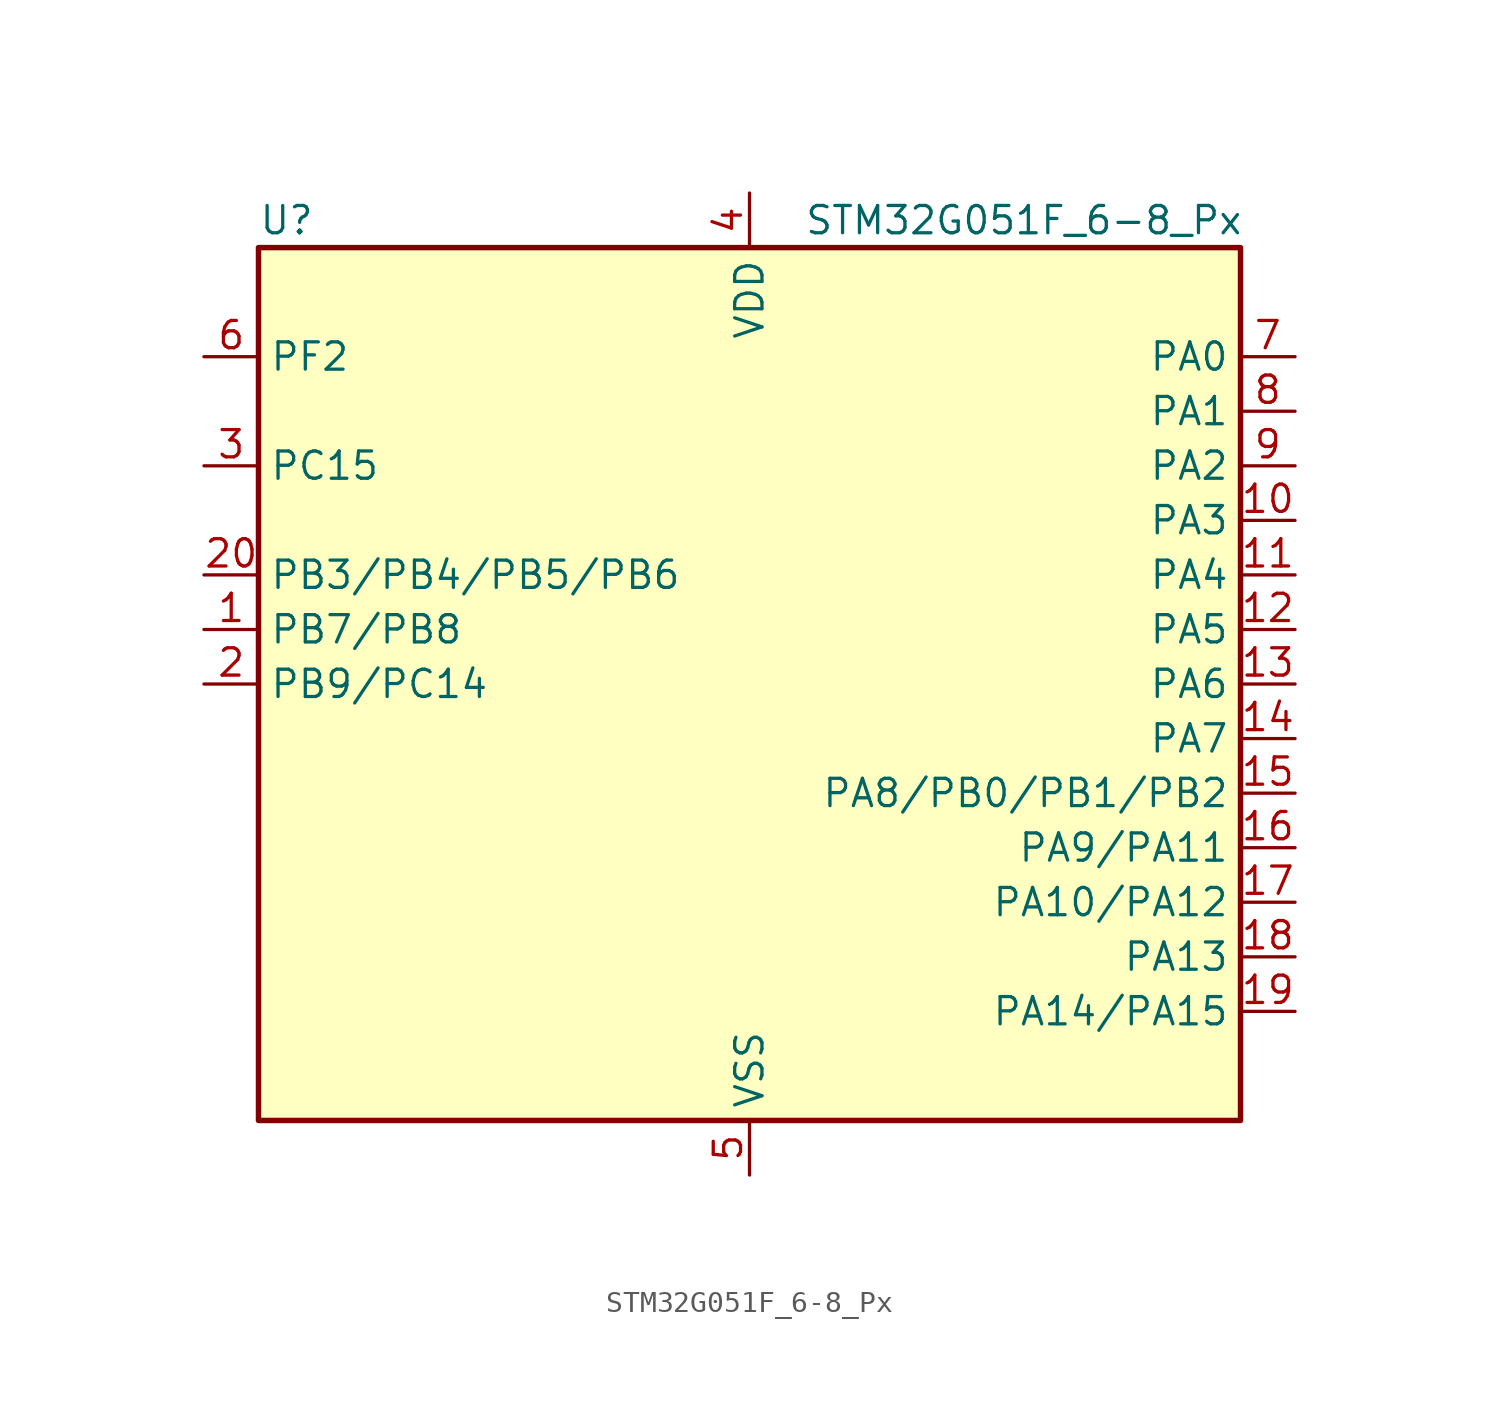
<source format=kicad_sym>
(kicad_symbol_lib
  (version 20241209)
  (generator "kicad_symbol_editor")
  (generator_version "9.0")
  (symbol "STM32G051F_6-8_Px"
    (property "Reference" "U"
      (at -22.86 21.59 0)
      (effects (font (size 1.27 1.27)) (justify left)))
    (property "Value" "STM32G051F_6-8_Px"
      (at 2.54 21.59 0)
      (effects (font (size 1.27 1.27)) (justify left)))
    (symbol "STM32G051F_6-8_Px_0_1"
      (rectangle (start -22.86 -20.32) (end 22.86 20.32) (stroke (width 0.254) (type default)) (fill (type background))))
    (symbol "STM32G051F_6-8_Px_1_1"
      (pin bidirectional line (at -25.4 15.24 0) (length 2.54) (name "PF2" (effects (font (size 1.27 1.27)))) (number "6" (effects (font (size 1.27 1.27)))) (alternate "RCC_MCO" bidirectional line))
      (pin bidirectional line (at -25.4 10.16 0) (length 2.54) (name "PC15" (effects (font (size 1.27 1.27)))) (number "3" (effects (font (size 1.27 1.27)))) (alternate "RCC_OSC32_EN" bidirectional line) (alternate "RCC_OSC32_OUT" bidirectional line) (alternate "RCC_OSC_EN" bidirectional line) (alternate "TIM15_BK" bidirectional line))
      (pin bidirectional line (at -25.4 5.08 0) (length 2.54) (name "PB3/PB4/PB5/PB6" (effects (font (size 1.27 1.27)))) (number "20" (effects (font (size 1.27 1.27)))) (alternate "COMP2_INM (PB3)" bidirectional line) (alternate "COMP2_INP (PB4)" bidirectional line) (alternate "COMP2_INP (PB6)" bidirectional line) (alternate "COMP2_OUT (PB5)" bidirectional line) (alternate "I2C1_SCL (PB6)" bidirectional line) (alternate "I2C1_SMBA (PB5)" bidirectional line) (alternate "I2S1_CK (PB3)" bidirectional line) (alternate "I2S1_MCK (PB4)" bidirectional line) (alternate "I2S1_SD (PB5)" bidirectional line) (alternate "LPTIM1_ETR (PB6)" bidirectional line) (alternate "LPTIM1_IN1 (PB5)" bidirectional line) (alternate "PB3" bidirectional line) (alternate "PB4" bidirectional line) (alternate "PB5" bidirectional line) (alternate "PB6" bidirectional line) (alternate "SPI1_MISO (PB4)" bidirectional line) (alternate "SPI1_MOSI (PB5)" bidirectional line) (alternate "SPI1_SCK (PB3)" bidirectional line) (alternate "SPI2_MISO (PB6)" bidirectional line) (alternate "SYS_WKUP6 (PB5)" bidirectional line) (alternate "TIM16_BK (PB5)" bidirectional line) (alternate "TIM16_CH1N (PB6)" bidirectional line) (alternate "TIM17_BK (PB4)" bidirectional line) (alternate "TIM1_CH2 (PB3)" bidirectional line) (alternate "TIM1_CH3 (PB6)" bidirectional line) (alternate "TIM2_CH2 (PB3)" bidirectional line) (alternate "TIM3_CH1 (PB4)" bidirectional line) (alternate "TIM3_CH2 (PB5)" bidirectional line) (alternate "USART1_CK (PB3)" bidirectional line) (alternate "USART1_CTS (PB4)" bidirectional line) (alternate "USART1_DE (PB3)" bidirectional line) (alternate "USART1_NSS (PB4)" bidirectional line) (alternate "USART1_RTS (PB3)" bidirectional line) (alternate "USART1_TX (PB6)" bidirectional line))
      (pin bidirectional line (at -25.4 2.54 0) (length 2.54) (name "PB7/PB8" (effects (font (size 1.27 1.27)))) (number "1" (effects (font (size 1.27 1.27)))) (alternate "ADC1_IN11 (PB7)" bidirectional line) (alternate "COMP2_INM (PB7)" bidirectional line) (alternate "I2C1_SCL (PB8)" bidirectional line) (alternate "I2C1_SDA (PB7)" bidirectional line) (alternate "LPTIM1_IN2 (PB7)" bidirectional line) (alternate "PB7" bidirectional line) (alternate "PB8" bidirectional line) (alternate "SPI2_MOSI (PB7)" bidirectional line) (alternate "SPI2_SCK (PB8)" bidirectional line) (alternate "SYS_PVD_IN (PB7)" bidirectional line) (alternate "TIM15_BK (PB8)" bidirectional line) (alternate "TIM16_CH1 (PB8)" bidirectional line) (alternate "TIM17_CH1N (PB7)" bidirectional line) (alternate "USART1_RX (PB7)" bidirectional line))
      (pin bidirectional line (at -25.4 0 0) (length 2.54) (name "PB9/PC14" (effects (font (size 1.27 1.27)))) (number "2" (effects (font (size 1.27 1.27)))) (alternate "DAC1_EXTI9 (PB9)" bidirectional line) (alternate "I2C1_SDA (PB9)" bidirectional line) (alternate "IR_OUT (PB9)" bidirectional line) (alternate "PB9" bidirectional line) (alternate "PC14" bidirectional line) (alternate "RCC_OSC32_IN (PC14)" bidirectional line) (alternate "RCC_OSC_IN (PC14)" bidirectional line) (alternate "SPI2_NSS (PB9)" bidirectional line) (alternate "TIM17_CH1 (PB9)" bidirectional line) (alternate "TIM1_BK2 (PC14)" bidirectional line))
      (pin power_in line (at 0 22.86 270) (length 2.54) (name "VDD" (effects (font (size 1.27 1.27)))) (number "4" (effects (font (size 1.27 1.27)))))
      (pin power_in line (at 0 -22.86 90) (length 2.54) (name "VSS" (effects (font (size 1.27 1.27)))) (number "5" (effects (font (size 1.27 1.27)))))
      (pin bidirectional line (at 25.4 15.24 180) (length 2.54) (name "PA0" (effects (font (size 1.27 1.27)))) (number "7" (effects (font (size 1.27 1.27)))) (alternate "ADC1_IN0" bidirectional line) (alternate "COMP1_INM" bidirectional line) (alternate "COMP1_OUT" bidirectional line) (alternate "LPTIM1_OUT" bidirectional line) (alternate "RTC_TAMP_IN2" bidirectional line) (alternate "SPI2_SCK" bidirectional line) (alternate "SYS_WKUP1" bidirectional line) (alternate "TIM2_CH1" bidirectional line) (alternate "TIM2_ETR" bidirectional line) (alternate "USART2_CTS" bidirectional line) (alternate "USART2_NSS" bidirectional line))
      (pin bidirectional line (at 25.4 12.7 180) (length 2.54) (name "PA1" (effects (font (size 1.27 1.27)))) (number "8" (effects (font (size 1.27 1.27)))) (alternate "ADC1_IN1" bidirectional line) (alternate "COMP1_INP" bidirectional line) (alternate "I2C1_SMBA" bidirectional line) (alternate "I2S1_CK" bidirectional line) (alternate "SPI1_SCK" bidirectional line) (alternate "TIM15_CH1N" bidirectional line) (alternate "TIM2_CH2" bidirectional line) (alternate "USART2_CK" bidirectional line) (alternate "USART2_DE" bidirectional line) (alternate "USART2_RTS" bidirectional line))
      (pin bidirectional line (at 25.4 10.16 180) (length 2.54) (name "PA2" (effects (font (size 1.27 1.27)))) (number "9" (effects (font (size 1.27 1.27)))) (alternate "ADC1_IN2" bidirectional line) (alternate "COMP2_INM" bidirectional line) (alternate "COMP2_OUT" bidirectional line) (alternate "I2S1_SD" bidirectional line) (alternate "LPUART1_TX" bidirectional line) (alternate "RCC_LSCO" bidirectional line) (alternate "SPI1_MOSI" bidirectional line) (alternate "SYS_WKUP4" bidirectional line) (alternate "TIM15_CH1" bidirectional line) (alternate "TIM2_CH3" bidirectional line) (alternate "USART2_TX" bidirectional line))
      (pin bidirectional line (at 25.4 7.62 180) (length 2.54) (name "PA3" (effects (font (size 1.27 1.27)))) (number "10" (effects (font (size 1.27 1.27)))) (alternate "ADC1_IN3" bidirectional line) (alternate "COMP2_INP" bidirectional line) (alternate "LPUART1_RX" bidirectional line) (alternate "SPI2_MISO" bidirectional line) (alternate "TIM15_CH2" bidirectional line) (alternate "TIM2_CH4" bidirectional line) (alternate "USART2_RX" bidirectional line))
      (pin bidirectional line (at 25.4 5.08 180) (length 2.54) (name "PA4" (effects (font (size 1.27 1.27)))) (number "11" (effects (font (size 1.27 1.27)))) (alternate "ADC1_IN4" bidirectional line) (alternate "DAC1_OUT1" bidirectional line) (alternate "I2S1_WS" bidirectional line) (alternate "LPTIM2_OUT" bidirectional line) (alternate "RTC_OUT1" bidirectional line) (alternate "RTC_TAMP_IN1" bidirectional line) (alternate "RTC_TS" bidirectional line) (alternate "SPI1_NSS" bidirectional line) (alternate "SPI2_MOSI" bidirectional line) (alternate "SYS_WKUP2" bidirectional line) (alternate "TIM14_CH1" bidirectional line))
      (pin bidirectional line (at 25.4 2.54 180) (length 2.54) (name "PA5" (effects (font (size 1.27 1.27)))) (number "12" (effects (font (size 1.27 1.27)))) (alternate "ADC1_IN5" bidirectional line) (alternate "DAC1_OUT2" bidirectional line) (alternate "I2S1_CK" bidirectional line) (alternate "LPTIM2_ETR" bidirectional line) (alternate "SPI1_SCK" bidirectional line) (alternate "TIM2_CH1" bidirectional line) (alternate "TIM2_ETR" bidirectional line))
      (pin bidirectional line (at 25.4 0 180) (length 2.54) (name "PA6" (effects (font (size 1.27 1.27)))) (number "13" (effects (font (size 1.27 1.27)))) (alternate "ADC1_IN6" bidirectional line) (alternate "COMP1_OUT" bidirectional line) (alternate "I2S1_MCK" bidirectional line) (alternate "LPUART1_CTS" bidirectional line) (alternate "SPI1_MISO" bidirectional line) (alternate "TIM16_CH1" bidirectional line) (alternate "TIM1_BK" bidirectional line) (alternate "TIM3_CH1" bidirectional line))
      (pin bidirectional line (at 25.4 -2.54 180) (length 2.54) (name "PA7" (effects (font (size 1.27 1.27)))) (number "14" (effects (font (size 1.27 1.27)))) (alternate "ADC1_IN7" bidirectional line) (alternate "COMP2_OUT" bidirectional line) (alternate "I2S1_SD" bidirectional line) (alternate "SPI1_MOSI" bidirectional line) (alternate "TIM14_CH1" bidirectional line) (alternate "TIM17_CH1" bidirectional line) (alternate "TIM1_CH1N" bidirectional line) (alternate "TIM3_CH2" bidirectional line))
      (pin bidirectional line (at 25.4 -5.08 180) (length 2.54) (name "PA8/PB0/PB1/PB2" (effects (font (size 1.27 1.27)))) (number "15" (effects (font (size 1.27 1.27)))) (alternate "ADC1_IN10 (PB2)" bidirectional line) (alternate "ADC1_IN8 (PB0)" bidirectional line) (alternate "ADC1_IN9 (PB1)" bidirectional line) (alternate "COMP1_INM (PB1)" bidirectional line) (alternate "COMP1_INP (PB2)" bidirectional line) (alternate "COMP1_OUT (PB0)" bidirectional line) (alternate "I2S1_WS (PB0)" bidirectional line) (alternate "LPTIM1_OUT (PB0)" bidirectional line) (alternate "LPTIM1_OUT (PB2)" bidirectional line) (alternate "LPTIM2_IN1 (PB1)" bidirectional line) (alternate "LPTIM2_OUT (PA8)" bidirectional line) (alternate "LPUART1_DE (PB1)" bidirectional line) (alternate "LPUART1_RTS (PB1)" bidirectional line) (alternate "PA8" bidirectional line) (alternate "PB0" bidirectional line) (alternate "PB1" bidirectional line) (alternate "PB2" bidirectional line) (alternate "RCC_MCO (PA8)" bidirectional line) (alternate "SPI1_NSS (PB0)" bidirectional line) (alternate "SPI2_MISO (PB2)" bidirectional line) (alternate "SPI2_NSS (PA8)" bidirectional line) (alternate "TIM14_CH1 (PB1)" bidirectional line) (alternate "TIM1_CH1 (PA8)" bidirectional line) (alternate "TIM1_CH2N (PB0)" bidirectional line) (alternate "TIM1_CH3N (PB1)" bidirectional line) (alternate "TIM3_CH3 (PB0)" bidirectional line) (alternate "TIM3_CH4 (PB1)" bidirectional line))
      (pin bidirectional line (at 25.4 -7.62 180) (length 2.54) (name "PA9/PA11" (effects (font (size 1.27 1.27)))) (number "16" (effects (font (size 1.27 1.27)))) (alternate "ADC1_EXTI11 (PA11)" bidirectional line) (alternate "ADC1_IN15 (PA11)" bidirectional line) (alternate "COMP1_OUT (PA11)" bidirectional line) (alternate "DAC1_EXTI9 (PA9)" bidirectional line) (alternate "I2C1_SCL (PA9)" bidirectional line) (alternate "I2C2_SCL (PA11)" bidirectional line) (alternate "I2S1_MCK (PA11)" bidirectional line) (alternate "PA11" bidirectional line) (alternate "PA9" bidirectional line) (alternate "RCC_MCO (PA9)" bidirectional line) (alternate "SPI1_MISO (PA11)" bidirectional line) (alternate "SPI2_MISO (PA9)" bidirectional line) (alternate "TIM15_BK (PA9)" bidirectional line) (alternate "TIM1_BK2 (PA11)" bidirectional line) (alternate "TIM1_CH2 (PA9)" bidirectional line) (alternate "TIM1_CH4 (PA11)" bidirectional line) (alternate "USART1_CTS (PA11)" bidirectional line) (alternate "USART1_NSS (PA11)" bidirectional line) (alternate "USART1_TX (PA9)" bidirectional line))
      (pin bidirectional line (at 25.4 -10.16 180) (length 2.54) (name "PA10/PA12" (effects (font (size 1.27 1.27)))) (number "17" (effects (font (size 1.27 1.27)))) (alternate "ADC1_IN16 (PA12)" bidirectional line) (alternate "COMP2_OUT (PA12)" bidirectional line) (alternate "I2C1_SDA (PA10)" bidirectional line) (alternate "I2C2_SDA (PA12)" bidirectional line) (alternate "I2S1_SD (PA12)" bidirectional line) (alternate "I2S_CKIN (PA12)" bidirectional line) (alternate "PA10" bidirectional line) (alternate "PA12" bidirectional line) (alternate "SPI1_MOSI (PA12)" bidirectional line) (alternate "SPI2_MOSI (PA10)" bidirectional line) (alternate "TIM17_BK (PA10)" bidirectional line) (alternate "TIM1_CH3 (PA10)" bidirectional line) (alternate "TIM1_ETR (PA12)" bidirectional line) (alternate "USART1_CK (PA12)" bidirectional line) (alternate "USART1_DE (PA12)" bidirectional line) (alternate "USART1_RTS (PA12)" bidirectional line) (alternate "USART1_RX (PA10)" bidirectional line))
      (pin bidirectional line (at 25.4 -12.7 180) (length 2.54) (name "PA13" (effects (font (size 1.27 1.27)))) (number "18" (effects (font (size 1.27 1.27)))) (alternate "ADC1_IN17" bidirectional line) (alternate "IR_OUT" bidirectional line) (alternate "SYS_SWDIO" bidirectional line))
      (pin bidirectional line (at 25.4 -15.24 180) (length 2.54) (name "PA14/PA15" (effects (font (size 1.27 1.27)))) (number "19" (effects (font (size 1.27 1.27)))) (alternate "ADC1_IN18 (PA14)" bidirectional line) (alternate "I2S1_WS (PA15)" bidirectional line) (alternate "PA14" bidirectional line) (alternate "PA15" bidirectional line) (alternate "SPI1_NSS (PA15)" bidirectional line) (alternate "SYS_SWCLK (PA14)" bidirectional line) (alternate "TIM2_CH1 (PA15)" bidirectional line) (alternate "TIM2_ETR (PA15)" bidirectional line) (alternate "USART2_RX (PA15)" bidirectional line) (alternate "USART2_TX (PA14)" bidirectional line)))))
</source>
